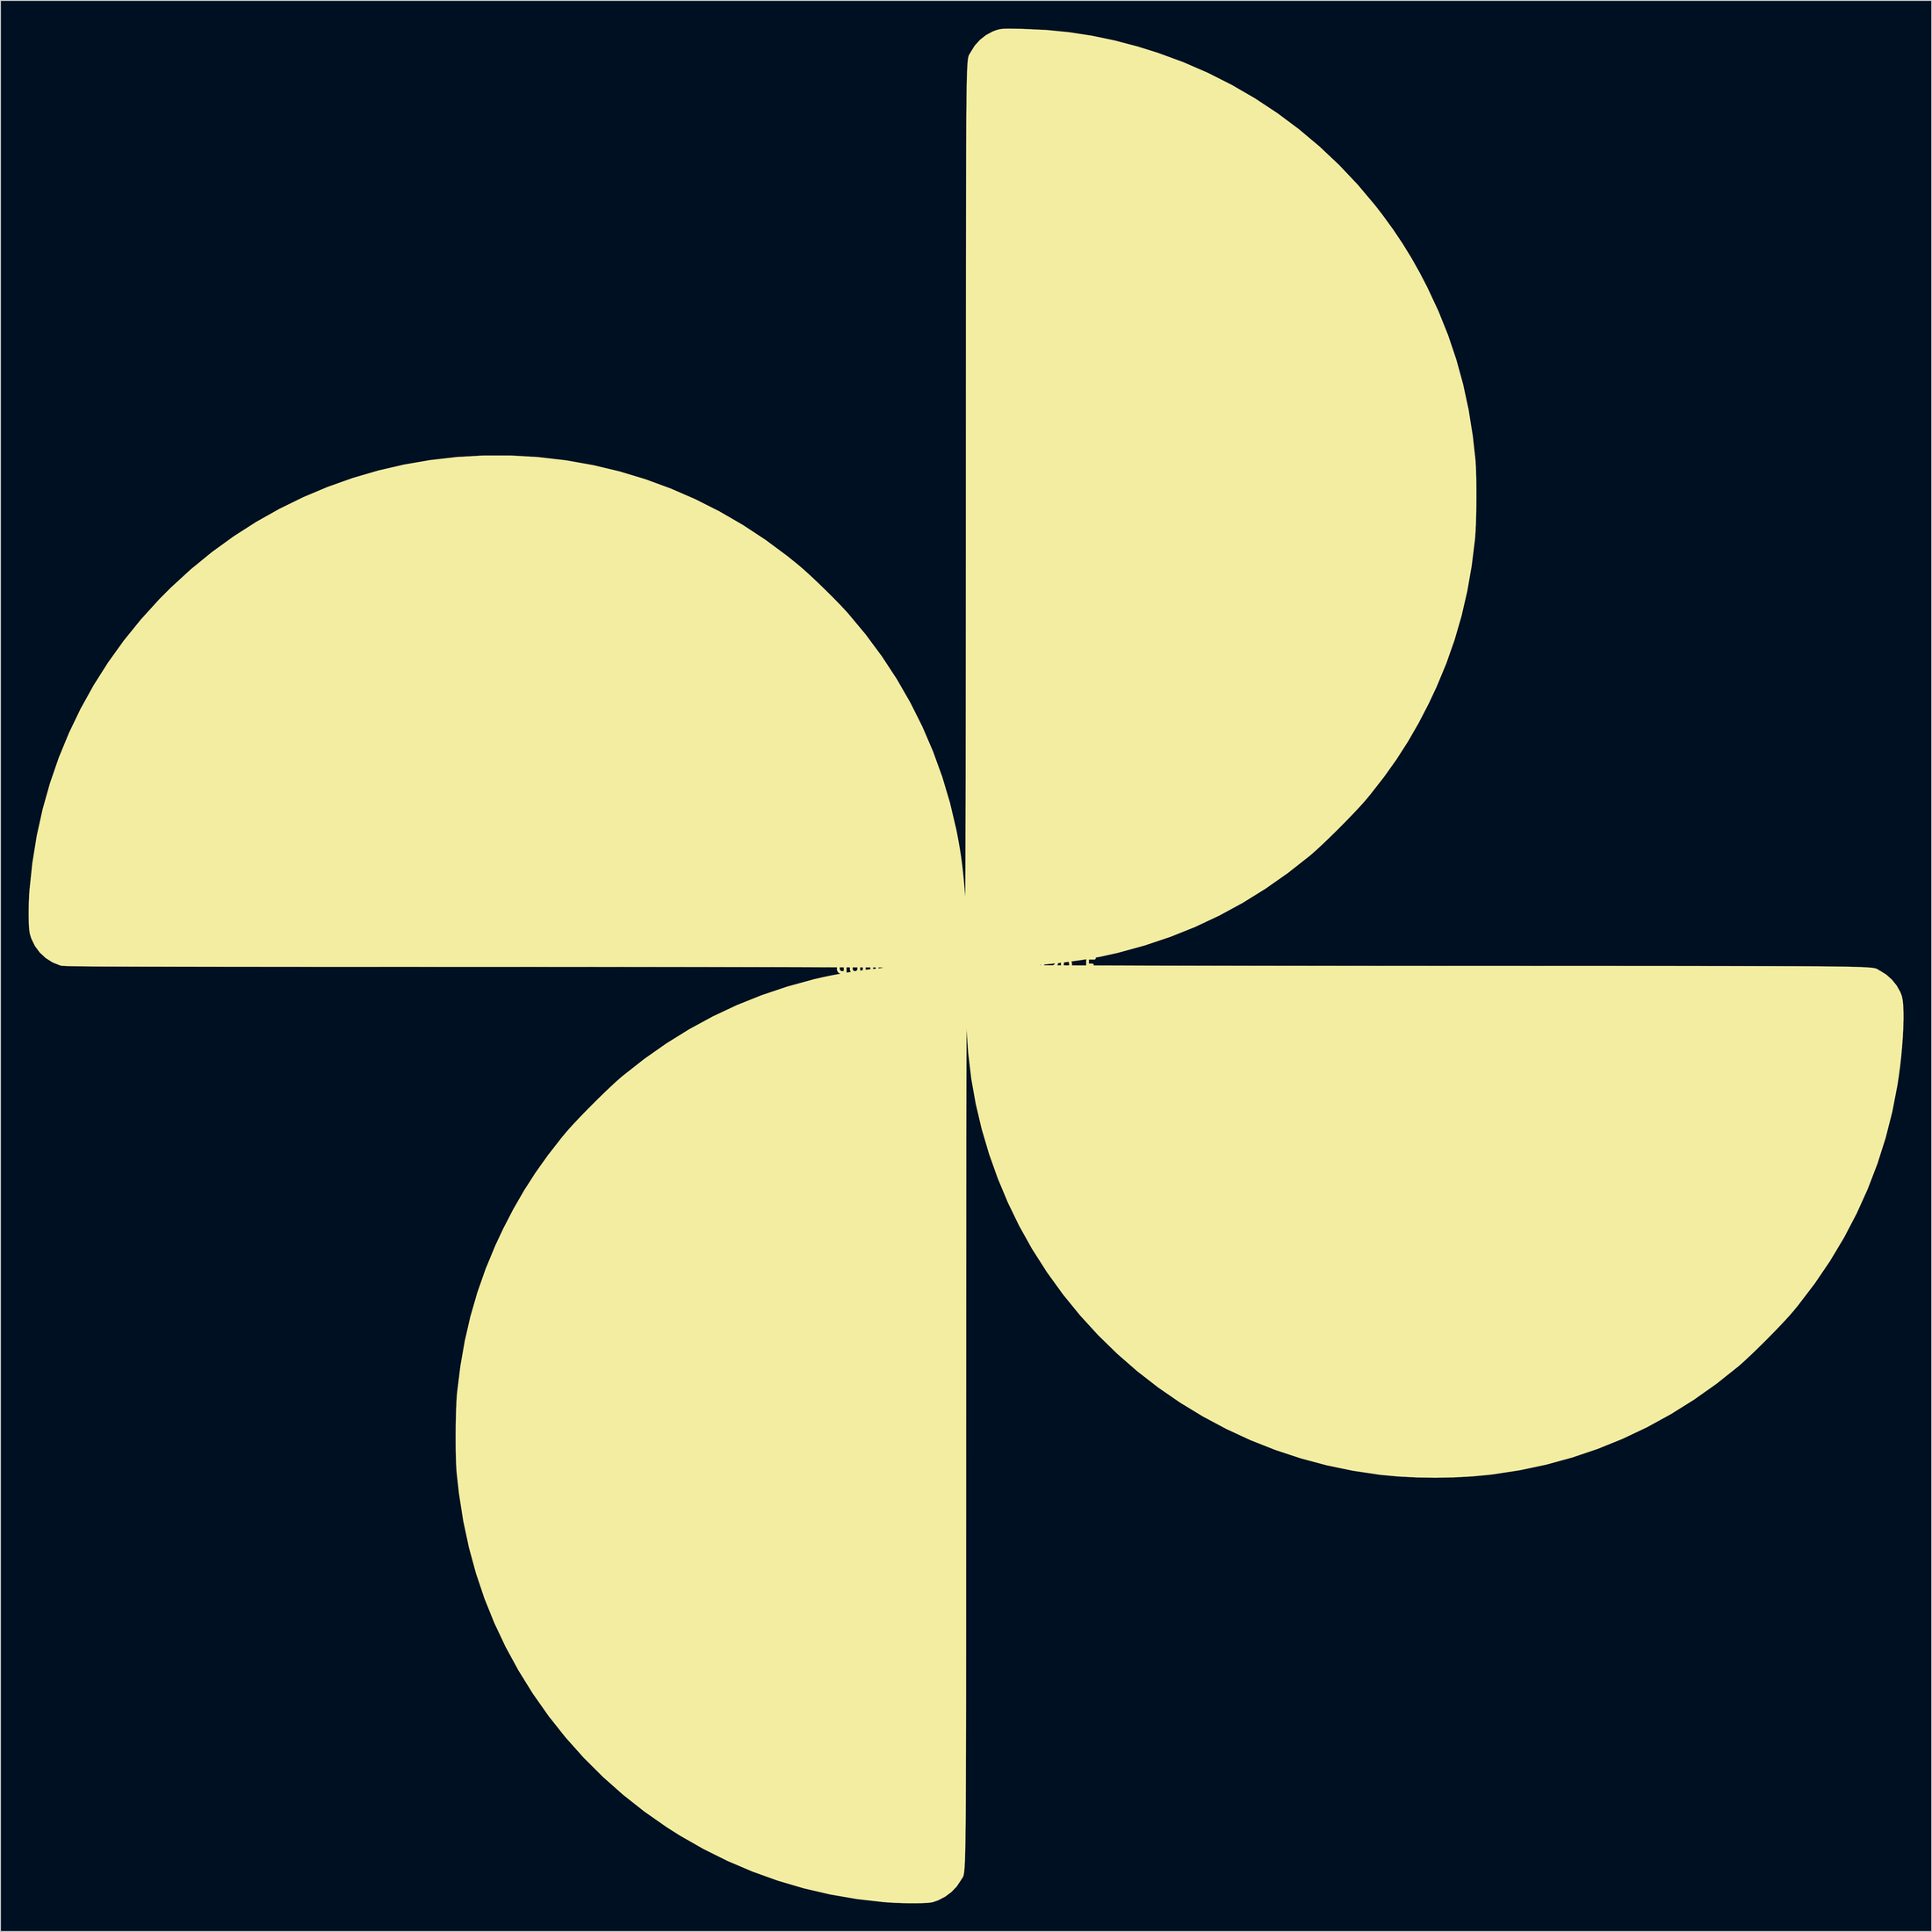
<source format=kicad_pcb>
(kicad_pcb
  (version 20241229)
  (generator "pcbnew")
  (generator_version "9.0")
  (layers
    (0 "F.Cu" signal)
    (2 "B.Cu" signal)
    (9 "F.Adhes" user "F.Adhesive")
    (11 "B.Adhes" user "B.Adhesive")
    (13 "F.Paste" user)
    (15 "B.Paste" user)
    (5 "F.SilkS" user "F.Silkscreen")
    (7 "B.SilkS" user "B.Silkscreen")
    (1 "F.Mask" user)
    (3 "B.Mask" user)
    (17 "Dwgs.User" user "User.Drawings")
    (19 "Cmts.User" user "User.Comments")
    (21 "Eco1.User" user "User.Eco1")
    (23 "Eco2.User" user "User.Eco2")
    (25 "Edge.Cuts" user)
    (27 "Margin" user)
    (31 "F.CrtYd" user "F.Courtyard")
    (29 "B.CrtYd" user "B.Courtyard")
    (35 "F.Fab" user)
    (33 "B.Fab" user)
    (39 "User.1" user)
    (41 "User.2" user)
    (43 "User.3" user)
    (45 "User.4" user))
  (footprint "google-photos_20x20_F"
    (layer "F.Cu")
    (at 99.912 99.91)
    (property "Reference" "google-photos_20x20_F" (at 0 0 0) (layer "F.SilkS") (effects (font (size 1.524 1.524) (thickness 0.3))))
    (attr through_hole)
    (fp_poly (pts (xy 5.217 -99.898) (xy 5.855 -99.885) (xy 6.044 -99.881) (xy 8.553 -99.763) (xy 11.004 -99.522) (xy 13.424 -99.151) (xy 15.842 -98.646) (xy 18.288 -98.001) (xy 20.447 -97.327) (xy 23.146 -96.338) (xy 25.776 -95.196) (xy 28.329 -93.906) (xy 30.802 -92.472) (xy 33.188 -90.897) (xy 35.48 -89.187) (xy 37.674 -87.345) (xy 39.762 -85.376) (xy 41.741 -83.284) (xy 43.603 -81.072) (xy 44.392 -80.052) (xy 45.515 -78.508) (xy 46.535 -76.989) (xy 47.483 -75.446) (xy 48.39 -73.829) (xy 49.178 -72.305) (xy 50.356 -69.783) (xy 51.38 -67.233) (xy 52.253 -64.642) (xy 52.981 -61.996) (xy 53.566 -59.282) (xy 54.012 -56.487) (xy 54.286 -54.017) (xy 54.329 -53.408) (xy 54.361 -52.663) (xy 54.382 -51.813) (xy 54.394 -50.891) (xy 54.396 -49.931) (xy 54.387 -48.964) (xy 54.37 -48.022) (xy 54.342 -47.138) (xy 54.306 -46.346) (xy 54.26 -45.676) (xy 54.241 -45.466) (xy 53.895 -42.657) (xy 53.42 -39.947) (xy 52.813 -37.318) (xy 52.069 -34.753) (xy 51.182 -32.234) (xy 50.147 -29.744) (xy 49.319 -27.982) (xy 48.24 -25.898) (xy 47.103 -23.926) (xy 45.883 -22.026) (xy 44.558 -20.163) (xy 43.101 -18.298) (xy 42.709 -17.822) (xy 42.313 -17.364) (xy 41.814 -16.816) (xy 41.234 -16.201) (xy 40.598 -15.541) (xy 39.926 -14.86) (xy 39.243 -14.18) (xy 38.57 -13.523) (xy 37.93 -12.913) (xy 37.346 -12.372) (xy 36.841 -11.923) (xy 36.618 -11.734) (xy 34.294 -9.907) (xy 31.918 -8.24) (xy 29.485 -6.73) (xy 26.989 -5.374) (xy 24.422 -4.168) (xy 21.778 -3.109) (xy 19.05 -2.193) (xy 16.233 -1.418) (xy 16.129 -1.393) (xy 14.318 -0.992) (xy 12.417 -0.655) (xy 10.405 -0.378) (xy 8.259 -0.158) (xy 7.493 -0.095) (xy 7.517 -0.091) (xy 7.707 -0.086) (xy 8.056 -0.082) (xy 8.562 -0.077) (xy 9.219 -0.073) (xy 10.023 -0.069) (xy 10.969 -0.065) (xy 12.053 -0.06) (xy 13.271 -0.056) (xy 14.618 -0.052) (xy 16.09 -0.049) (xy 17.682 -0.045) (xy 19.389 -0.041) (xy 21.208 -0.038) (xy 23.133 -0.035) (xy 25.161 -0.032) (xy 27.286 -0.029) (xy 29.504 -0.026) (xy 31.812 -0.023) (xy 34.203 -0.021) (xy 36.675 -0.019) (xy 39.222 -0.017) (xy 41.84 -0.015) (xy 44.524 -0.013) (xy 47.27 -0.012) (xy 50.074 -0.011) (xy 51.139 -0.01) (xy 54.452 -0.01) (xy 57.601 -0.009) (xy 60.588 -0.008) (xy 63.419 -0.007) (xy 66.098 -0.007) (xy 68.629 -0.006) (xy 71.017 -0.005) (xy 73.265 -0.004) (xy 75.378 -0.003) (xy 77.36 -0.001) (xy 79.215 0.000279) (xy 80.949 0.002) (xy 82.564 0.005) (xy 84.066 0.008) (xy 85.458 0.011) (xy 86.746 0.015) (xy 87.932 0.02) (xy 89.022 0.025) (xy 90.019 0.031) (xy 90.929 0.037) (xy 91.755 0.045) (xy 92.501 0.053) (xy 93.172 0.062) (xy 93.773 0.072) (xy 94.307 0.083) (xy 94.778 0.095) (xy 95.192 0.108) (xy 95.551 0.122) (xy 95.862 0.138) (xy 96.127 0.154) (xy 96.351 0.172) (xy 96.538 0.191) (xy 96.694 0.212) (xy 96.821 0.234) (xy 96.924 0.257) (xy 97.008 0.282) (xy 97.077 0.308) (xy 97.135 0.336) (xy 97.186 0.366) (xy 97.234 0.397) (xy 97.285 0.431) (xy 97.342 0.466) (xy 97.409 0.502) (xy 97.428 0.512) (xy 98.086 0.92) (xy 98.684 1.457) (xy 99.191 2.086) (xy 99.577 2.773) (xy 99.739 3.199) (xy 99.826 3.612) (xy 99.885 4.172) (xy 99.915 4.862) (xy 99.918 5.663) (xy 99.895 6.557) (xy 99.846 7.524) (xy 99.772 8.547) (xy 99.675 9.607) (xy 99.555 10.684) (xy 99.413 11.762) (xy 99.266 12.723) (xy 98.718 15.554) (xy 98.007 18.34) (xy 97.137 21.075) (xy 96.108 23.756) (xy 94.924 26.378) (xy 93.585 28.937) (xy 92.094 31.428) (xy 90.454 33.846) (xy 88.666 36.188) (xy 88.173 36.788) (xy 87.774 37.249) (xy 87.272 37.8) (xy 86.691 38.417) (xy 86.055 39.077) (xy 85.386 39.756) (xy 84.707 40.432) (xy 84.044 41.08) (xy 83.417 41.677) (xy 82.852 42.199) (xy 82.372 42.624) (xy 82.296 42.688) (xy 79.978 44.532) (xy 77.585 46.224) (xy 75.122 47.765) (xy 72.59 49.153) (xy 69.993 50.386) (xy 67.334 51.463) (xy 64.617 52.382) (xy 61.845 53.143) (xy 59.02 53.744) (xy 56.146 54.183) (xy 55.838 54.22) (xy 53.976 54.396) (xy 52.02 54.504) (xy 50.021 54.542) (xy 48.026 54.51) (xy 46.084 54.41) (xy 44.245 54.24) (xy 44.111 54.225) (xy 41.245 53.799) (xy 38.425 53.213) (xy 35.659 52.471) (xy 32.951 51.575) (xy 30.307 50.53) (xy 27.734 49.339) (xy 25.236 48.005) (xy 22.818 46.534) (xy 20.488 44.927) (xy 18.25 43.189) (xy 16.11 41.324) (xy 14.074 39.335) (xy 12.147 37.225) (xy 10.335 34.999) (xy 8.643 32.66) (xy 7.077 30.212) (xy 7.01 30.099) (xy 5.67 27.698) (xy 4.462 25.21) (xy 3.391 22.652) (xy 2.46 20.039) (xy 1.675 17.386) (xy 1.041 14.708) (xy 0.562 12.022) (xy 0.244 9.342) (xy 0.173 8.424) (xy 0.14 7.934) (xy 0.109 7.477) (xy 0.082 7.092) (xy 0.062 6.818) (xy 0.055 6.731) (xy 0.054 6.794) (xy 0.052 7.021) (xy 0.05 7.408) (xy 0.048 7.95) (xy 0.047 8.641) (xy 0.045 9.478) (xy 0.043 10.454) (xy 0.041 11.565) (xy 0.039 12.807) (xy 0.038 14.174) (xy 0.036 15.662) (xy 0.034 17.265) (xy 0.032 18.979) (xy 0.031 20.798) (xy 0.029 22.719) (xy 0.027 24.736) (xy 0.026 26.843) (xy 0.024 29.038) (xy 0.023 31.313) (xy 0.021 33.665) (xy 0.02 36.089) (xy 0.018 38.579) (xy 0.017 41.131) (xy 0.016 43.74) (xy 0.015 46.402) (xy 0.013 49.11) (xy 0.013 51.054) (xy 0.012 54.372) (xy 0.011 57.525) (xy 0.01 60.517) (xy 0.009 63.353) (xy 0.008 66.036) (xy 0.008 68.572) (xy 0.007 70.964) (xy 0.006 73.216) (xy 0.004 75.333) (xy 0.003 77.319) (xy 0.001 79.179) (xy -0.001 80.917) (xy -0.004 82.536) (xy -0.007 84.041) (xy -0.011 85.437) (xy -0.015 86.728) (xy -0.02 87.918) (xy -0.025 89.011) (xy -0.031 90.012) (xy -0.038 90.924) (xy -0.046 91.753) (xy -0.055 92.502) (xy -0.064 93.176) (xy -0.075 93.779) (xy -0.087 94.315) (xy -0.1 94.788) (xy -0.113 95.203) (xy -0.129 95.565) (xy -0.145 95.876) (xy -0.163 96.142) (xy -0.182 96.367) (xy -0.202 96.555) (xy -0.224 96.711) (xy -0.247 96.838) (xy -0.272 96.941) (xy -0.299 97.024) (xy -0.327 97.092) (xy -0.357 97.149) (xy -0.389 97.198) (xy -0.423 97.245) (xy -0.458 97.294) (xy -0.496 97.348) (xy -0.535 97.413) (xy -0.556 97.451) (xy -0.986 98.1) (xy -1.55 98.686) (xy -2.215 99.184) (xy -2.951 99.571) (xy -3.56 99.782) (xy -3.843 99.829) (xy -4.268 99.864) (xy -4.807 99.887) (xy -5.436 99.896) (xy -6.125 99.893) (xy -6.849 99.877) (xy -7.58 99.849) (xy -8.292 99.808) (xy -8.737 99.775) (xy -11.623 99.449) (xy -14.474 98.958) (xy -17.282 98.305) (xy -20.043 97.492) (xy -22.75 96.521) (xy -25.398 95.394) (xy -27.979 94.113) (xy -30.49 92.68) (xy -31.877 91.802) (xy -34.263 90.135) (xy -36.54 88.34) (xy -38.704 86.42) (xy -40.752 84.379) (xy -42.678 82.222) (xy -44.479 79.952) (xy -46.151 77.574) (xy -46.192 77.512) (xy -47.71 75.064) (xy -49.071 72.566) (xy -50.277 70.014) (xy -51.329 67.402) (xy -52.229 64.723) (xy -52.98 61.974) (xy -53.584 59.149) (xy -54.041 56.242) (xy -54.288 54.017) (xy -54.328 53.447) (xy -54.359 52.738) (xy -54.38 51.923) (xy -54.392 51.033) (xy -54.395 50.099) (xy -54.388 49.152) (xy -54.373 48.224) (xy -54.349 47.345) (xy -54.316 46.548) (xy -54.275 45.863) (xy -54.242 45.466) (xy -53.895 42.662) (xy -53.422 39.958) (xy -52.818 37.336) (xy -52.077 34.778) (xy -51.194 32.267) (xy -50.165 29.784) (xy -49.319 27.982) (xy -48.24 25.898) (xy -47.103 23.926) (xy -45.883 22.026) (xy -44.558 20.163) (xy -43.101 18.298) (xy -42.709 17.822) (xy -42.313 17.364) (xy -41.814 16.816) (xy -41.234 16.201) (xy -40.598 15.541) (xy -39.926 14.86) (xy -39.243 14.18) (xy -38.57 13.523) (xy -37.93 12.913) (xy -37.346 12.372) (xy -36.841 11.923) (xy -36.618 11.734) (xy -34.294 9.907) (xy -31.918 8.24) (xy -29.485 6.73) (xy -26.989 5.374) (xy -24.422 4.168) (xy -21.778 3.109) (xy -19.05 2.193) (xy -16.233 1.418) (xy -16.129 1.393) (xy -15.263 1.194) (xy -14.316 0.997) (xy -13.331 0.812) (xy -12.349 0.644) (xy -11.414 0.501) (xy -10.569 0.39) (xy -10.033 0.335) (xy -9.605 0.292) (xy -9.227 0.248) (xy -8.937 0.205) (xy -8.773 0.17) (xy -8.763 0.166) (xy -8.836 0.162) (xy -9.074 0.158) (xy -9.471 0.153) (xy -10.022 0.149) (xy -10.723 0.145) (xy -11.569 0.141) (xy -12.554 0.137) (xy -13.674 0.133) (xy -14.923 0.13) (xy -16.297 0.126) (xy -17.791 0.122) (xy -19.399 0.119) (xy -21.117 0.116) (xy -22.941 0.113) (xy -24.863 0.11) (xy -26.881 0.107) (xy -28.989 0.104) (xy -31.182 0.102) (xy -33.455 0.1) (xy -35.803 0.098) (xy -38.221 0.096) (xy -40.704 0.094) (xy -43.247 0.093) (xy -45.846 0.092) (xy -48.494 0.091) (xy -51.189 0.091) (xy -52.33 0.09) (xy -55.596 0.09) (xy -58.696 0.089) (xy -61.636 0.089) (xy -64.42 0.088) (xy -67.051 0.088) (xy -69.534 0.087) (xy -71.874 0.086) (xy -74.075 0.085) (xy -76.14 0.083) (xy -78.075 0.082) (xy -79.883 0.081) (xy -81.569 0.079) (xy -83.137 0.077) (xy -84.592 0.075) (xy -85.937 0.072) (xy -87.177 0.07) (xy -88.317 0.067) (xy -89.36 0.064) (xy -90.311 0.06) (xy -91.174 0.057) (xy -91.954 0.053) (xy -92.654 0.048) (xy -93.279 0.044) (xy -93.833 0.039) (xy -94.322 0.033) (xy -94.747 0.027) (xy -95.116 0.021) (xy -95.43 0.015) (xy -95.695 0.008) (xy -95.916 0.000392) (xy -96.095 -0.007) (xy -96.238 -0.016) (xy -96.349 -0.025) (xy -96.432 -0.034) (xy -96.492 -0.044) (xy -96.526 -0.052) (xy -97.353 -0.382) (xy -98.09 -0.849) (xy -98.723 -1.437) (xy -99.237 -2.132) (xy -99.62 -2.92) (xy -99.778 -3.426) (xy -99.831 -3.74) (xy -99.871 -4.194) (xy -99.896 -4.759) (xy -99.907 -5.406) (xy -99.904 -6.106) (xy -99.886 -6.83) (xy -99.853 -7.549) (xy -99.82 -8.048) (xy -99.512 -10.984) (xy -99.044 -13.872) (xy -98.418 -16.706) (xy -97.635 -19.482) (xy -96.698 -22.197) (xy -95.608 -24.844) (xy -94.368 -27.421) (xy -92.98 -29.923) (xy -91.445 -32.345) (xy -89.766 -34.683) (xy -87.945 -36.933) (xy -85.984 -39.091) (xy -84.752 -40.327) (xy -82.612 -42.289) (xy -80.379 -44.112) (xy -78.059 -45.793) (xy -75.658 -47.331) (xy -73.182 -48.724) (xy -70.637 -49.97) (xy -68.03 -51.067) (xy -65.367 -52.013) (xy -62.653 -52.806) (xy -59.895 -53.445) (xy -57.099 -53.926) (xy -54.27 -54.249) (xy -51.416 -54.41) (xy -48.541 -54.409) (xy -45.653 -54.244) (xy -42.757 -53.912) (xy -42.545 -53.881) (xy -39.71 -53.376) (xy -36.919 -52.71) (xy -34.177 -51.882) (xy -31.489 -50.896) (xy -28.858 -49.754) (xy -26.29 -48.458) (xy -23.788 -47.009) (xy -21.358 -45.41) (xy -19.005 -43.662) (xy -17.822 -42.704) (xy -17.307 -42.259) (xy -16.705 -41.715) (xy -16.045 -41.098) (xy -15.355 -40.437) (xy -14.661 -39.757) (xy -13.992 -39.085) (xy -13.375 -38.449) (xy -12.837 -37.875) (xy -12.565 -37.573) (xy -10.693 -35.328) (xy -8.964 -32.993) (xy -7.379 -30.575) (xy -5.941 -28.077) (xy -4.653 -25.506) (xy -3.517 -22.864) (xy -2.535 -20.158) (xy -1.711 -17.392) (xy -1.045 -14.572) (xy -0.942 -14.055) (xy -0.786 -13.226) (xy -0.651 -12.444) (xy -0.533 -11.677) (xy -0.428 -10.89) (xy -0.331 -10.052) (xy -0.239 -9.13) (xy -0.147 -8.09) (xy -0.091 -7.408) (xy -0.087 -7.44) (xy -0.083 -7.636) (xy -0.079 -7.992) (xy -0.074 -8.502) (xy -0.07 -9.163) (xy -0.066 -9.969) (xy -0.062 -10.916) (xy -0.059 -11.998) (xy -0.055 -13.211) (xy -0.051 -14.549) (xy -0.047 -16.01) (xy -0.044 -17.586) (xy -0.041 -19.274) (xy -0.037 -21.069) (xy -0.034 -22.965) (xy -0.031 -24.959) (xy -0.028 -27.045) (xy -0.026 -29.218) (xy -0.023 -31.474) (xy -0.021 -33.808) (xy -0.019 -36.215) (xy -0.017 -38.69) (xy -0.015 -41.229) (xy -0.013 -43.826) (xy -0.012 -46.477) (xy -0.011 -49.177) (xy -0.01 -51.139) (xy -0.009 -54.452) (xy -0.008 -57.601) (xy -0.008 -60.588) (xy -0.007 -63.419) (xy -0.006 -66.098) (xy -0.006 -68.629) (xy -0.005 -71.017) (xy -0.004 -73.265) (xy -0.003 -75.378) (xy -0.001 -77.36) (xy 0.0004 -79.216) (xy 0.002 -80.949) (xy 0.005 -82.564) (xy 0.008 -84.066) (xy 0.011 -85.458) (xy 0.015 -86.746) (xy 0.02 -87.932) (xy 0.025 -89.022) (xy 0.031 -90.019) (xy 0.037 -90.929) (xy 0.045 -91.755) (xy 0.053 -92.501) (xy 0.062 -93.172) (xy 0.072 -93.773) (xy 0.083 -94.307) (xy 0.095 -94.778) (xy 0.108 -95.192) (xy 0.122 -95.551) (xy 0.138 -95.862) (xy 0.154 -96.127) (xy 0.172 -96.351) (xy 0.191 -96.538) (xy 0.212 -96.694) (xy 0.234 -96.821) (xy 0.257 -96.924) (xy 0.282 -97.008) (xy 0.308 -97.077) (xy 0.336 -97.135) (xy 0.366 -97.186) (xy 0.397 -97.234) (xy 0.431 -97.285) (xy 0.466 -97.342) (xy 0.502 -97.409) (xy 0.512 -97.428) (xy 0.932 -98.102) (xy 1.483 -98.709) (xy 2.131 -99.219) (xy 2.844 -99.605) (xy 3.246 -99.752) (xy 3.434 -99.806) (xy 3.612 -99.847) (xy 3.804 -99.876) (xy 4.037 -99.895) (xy 4.333 -99.904) (xy 4.718 -99.905) (xy 5.217 -99.898)) (stroke (width 0.01) (type solid)) (fill yes) (layer "F.SilkS")))
  (gr_rect
    (start -3 -3)
    (end 202.835 202.811)
    (stroke (width 0.1) (type default))
    (fill no)
    (layer "Edge.Cuts")))
</source>
